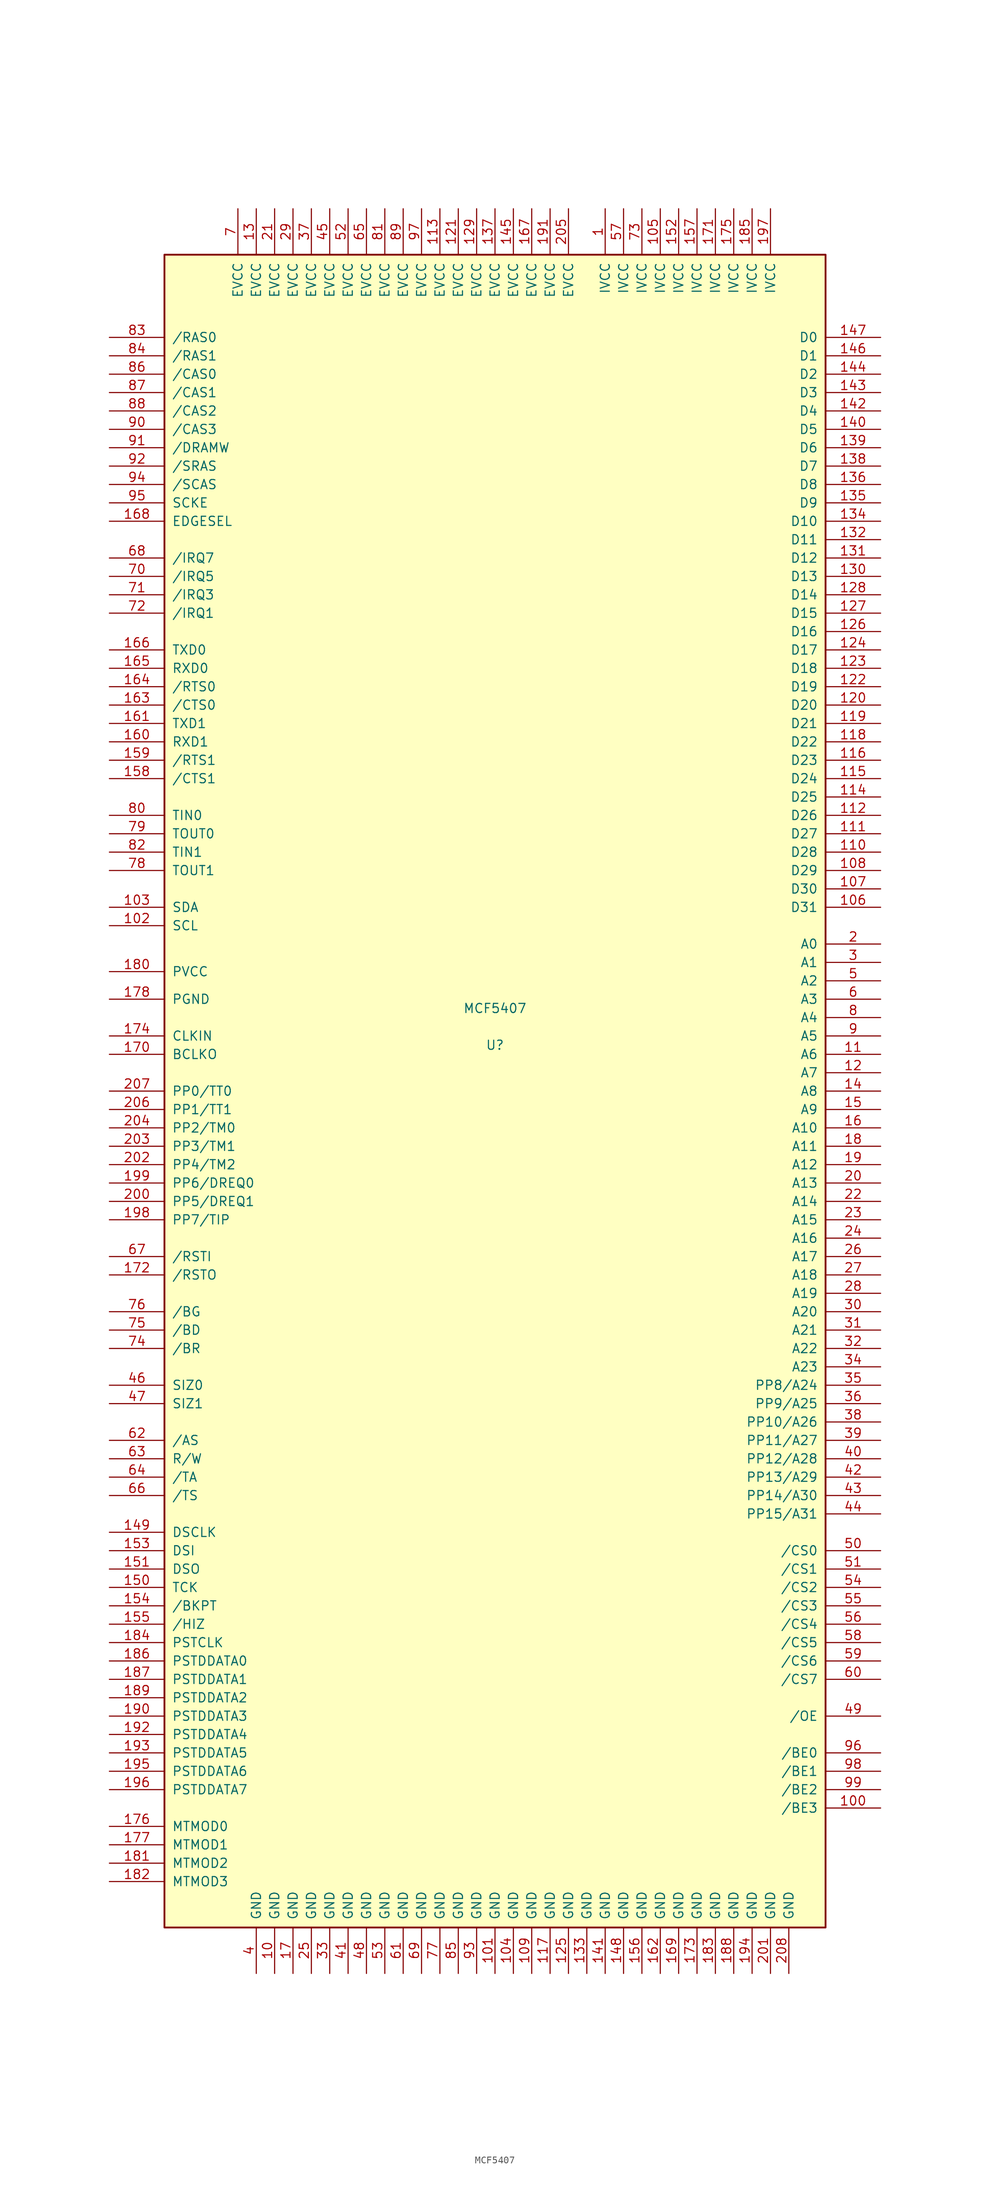
<source format=kicad_sym>
(kicad_symbol_lib
  (version 20241209)
  (generator "kicad_symbol_editor")
  (generator_version "9.0")
  (symbol "MCF5407"
    (pin_names
      (offset 1.016))
    (property "Reference" "U"
      (at 0 6.35 0)
      (effects (font (size 1.27 1.27))))
    (property "Value" "MCF5407"
      (at 0 11.43 0)
      (effects (font (size 1.27 1.27))))
    (symbol "MCF5407_0_1"
      (rectangle (start -45.72 115.57) (end 45.72 -115.57) (stroke (width 0.254) (type default)) (fill (type background))))
    (symbol "MCF5407_1_1"
      (pin output line (at -53.34 104.14 0) (length 7.62) (name "/RAS0" (effects (font (size 1.27 1.27)))) (number "83" (effects (font (size 1.27 1.27)))))
      (pin output line (at -53.34 101.6 0) (length 7.62) (name "/RAS1" (effects (font (size 1.27 1.27)))) (number "84" (effects (font (size 1.27 1.27)))))
      (pin output line (at -53.34 99.06 0) (length 7.62) (name "/CAS0" (effects (font (size 1.27 1.27)))) (number "86" (effects (font (size 1.27 1.27)))))
      (pin output line (at -53.34 96.52 0) (length 7.62) (name "/CAS1" (effects (font (size 1.27 1.27)))) (number "87" (effects (font (size 1.27 1.27)))))
      (pin output line (at -53.34 93.98 0) (length 7.62) (name "/CAS2" (effects (font (size 1.27 1.27)))) (number "88" (effects (font (size 1.27 1.27)))))
      (pin output line (at -53.34 91.44 0) (length 7.62) (name "/CAS3" (effects (font (size 1.27 1.27)))) (number "90" (effects (font (size 1.27 1.27)))))
      (pin output line (at -53.34 88.9 0) (length 7.62) (name "/DRAMW" (effects (font (size 1.27 1.27)))) (number "91" (effects (font (size 1.27 1.27)))))
      (pin output line (at -53.34 86.36 0) (length 7.62) (name "/SRAS" (effects (font (size 1.27 1.27)))) (number "92" (effects (font (size 1.27 1.27)))))
      (pin output line (at -53.34 83.82 0) (length 7.62) (name "/SCAS" (effects (font (size 1.27 1.27)))) (number "94" (effects (font (size 1.27 1.27)))))
      (pin output line (at -53.34 81.28 0) (length 7.62) (name "SCKE" (effects (font (size 1.27 1.27)))) (number "95" (effects (font (size 1.27 1.27)))))
      (pin input line (at -53.34 78.74 0) (length 7.62) (name "EDGESEL" (effects (font (size 1.27 1.27)))) (number "168" (effects (font (size 1.27 1.27)))))
      (pin input line (at -53.34 73.66 0) (length 7.62) (name "/IRQ7" (effects (font (size 1.27 1.27)))) (number "68" (effects (font (size 1.27 1.27)))))
      (pin input line (at -53.34 71.12 0) (length 7.62) (name "/IRQ5" (effects (font (size 1.27 1.27)))) (number "70" (effects (font (size 1.27 1.27)))))
      (pin input line (at -53.34 68.58 0) (length 7.62) (name "/IRQ3" (effects (font (size 1.27 1.27)))) (number "71" (effects (font (size 1.27 1.27)))))
      (pin input line (at -53.34 66.04 0) (length 7.62) (name "/IRQ1" (effects (font (size 1.27 1.27)))) (number "72" (effects (font (size 1.27 1.27)))))
      (pin output line (at -53.34 60.96 0) (length 7.62) (name "TXD0" (effects (font (size 1.27 1.27)))) (number "166" (effects (font (size 1.27 1.27)))))
      (pin input line (at -53.34 58.42 0) (length 7.62) (name "RXD0" (effects (font (size 1.27 1.27)))) (number "165" (effects (font (size 1.27 1.27)))))
      (pin output line (at -53.34 55.88 0) (length 7.62) (name "/RTS0" (effects (font (size 1.27 1.27)))) (number "164" (effects (font (size 1.27 1.27)))))
      (pin input line (at -53.34 53.34 0) (length 7.62) (name "/CTS0" (effects (font (size 1.27 1.27)))) (number "163" (effects (font (size 1.27 1.27)))))
      (pin output line (at -53.34 50.8 0) (length 7.62) (name "TXD1" (effects (font (size 1.27 1.27)))) (number "161" (effects (font (size 1.27 1.27)))))
      (pin input line (at -53.34 48.26 0) (length 7.62) (name "RXD1" (effects (font (size 1.27 1.27)))) (number "160" (effects (font (size 1.27 1.27)))))
      (pin output line (at -53.34 45.72 0) (length 7.62) (name "/RTS1" (effects (font (size 1.27 1.27)))) (number "159" (effects (font (size 1.27 1.27)))))
      (pin input line (at -53.34 43.18 0) (length 7.62) (name "/CTS1" (effects (font (size 1.27 1.27)))) (number "158" (effects (font (size 1.27 1.27)))))
      (pin input line (at -53.34 38.1 0) (length 7.62) (name "TIN0" (effects (font (size 1.27 1.27)))) (number "80" (effects (font (size 1.27 1.27)))))
      (pin output line (at -53.34 35.56 0) (length 7.62) (name "TOUT0" (effects (font (size 1.27 1.27)))) (number "79" (effects (font (size 1.27 1.27)))))
      (pin input line (at -53.34 33.02 0) (length 7.62) (name "TIN1" (effects (font (size 1.27 1.27)))) (number "82" (effects (font (size 1.27 1.27)))))
      (pin output line (at -53.34 30.48 0) (length 7.62) (name "TOUT1" (effects (font (size 1.27 1.27)))) (number "78" (effects (font (size 1.27 1.27)))))
      (pin bidirectional line (at -53.34 25.4 0) (length 7.62) (name "SDA" (effects (font (size 1.27 1.27)))) (number "103" (effects (font (size 1.27 1.27)))))
      (pin bidirectional line (at -53.34 22.86 0) (length 7.62) (name "SCL" (effects (font (size 1.27 1.27)))) (number "102" (effects (font (size 1.27 1.27)))))
      (pin passive line (at -53.34 16.51 0) (length 7.62) (name "PVCC" (effects (font (size 1.27 1.27)))) (number "180" (effects (font (size 1.27 1.27)))))
      (pin passive line (at -53.34 12.7 0) (length 7.62) (name "PGND" (effects (font (size 1.27 1.27)))) (number "178" (effects (font (size 1.27 1.27)))))
      (pin output line (at -53.34 7.62 0) (length 7.62) (name "CLKIN" (effects (font (size 1.27 1.27)))) (number "174" (effects (font (size 1.27 1.27)))))
      (pin output line (at -53.34 5.08 0) (length 7.62) (name "BCLKO" (effects (font (size 1.27 1.27)))) (number "170" (effects (font (size 1.27 1.27)))))
      (pin bidirectional line (at -53.34 0 0) (length 7.62) (name "PP0/TT0" (effects (font (size 1.27 1.27)))) (number "207" (effects (font (size 1.27 1.27)))))
      (pin bidirectional line (at -53.34 -2.54 0) (length 7.62) (name "PP1/TT1" (effects (font (size 1.27 1.27)))) (number "206" (effects (font (size 1.27 1.27)))))
      (pin bidirectional line (at -53.34 -5.08 0) (length 7.62) (name "PP2/TM0" (effects (font (size 1.27 1.27)))) (number "204" (effects (font (size 1.27 1.27)))))
      (pin bidirectional line (at -53.34 -7.62 0) (length 7.62) (name "PP3/TM1" (effects (font (size 1.27 1.27)))) (number "203" (effects (font (size 1.27 1.27)))))
      (pin bidirectional line (at -53.34 -10.16 0) (length 7.62) (name "PP4/TM2" (effects (font (size 1.27 1.27)))) (number "202" (effects (font (size 1.27 1.27)))))
      (pin bidirectional line (at -53.34 -12.7 0) (length 7.62) (name "PP6/DREQ0" (effects (font (size 1.27 1.27)))) (number "199" (effects (font (size 1.27 1.27)))))
      (pin bidirectional line (at -53.34 -15.24 0) (length 7.62) (name "PP5/DREQ1" (effects (font (size 1.27 1.27)))) (number "200" (effects (font (size 1.27 1.27)))))
      (pin bidirectional line (at -53.34 -17.78 0) (length 7.62) (name "PP7/TIP" (effects (font (size 1.27 1.27)))) (number "198" (effects (font (size 1.27 1.27)))))
      (pin input line (at -53.34 -22.86 0) (length 7.62) (name "/RSTI" (effects (font (size 1.27 1.27)))) (number "67" (effects (font (size 1.27 1.27)))))
      (pin output line (at -53.34 -25.4 0) (length 7.62) (name "/RSTO" (effects (font (size 1.27 1.27)))) (number "172" (effects (font (size 1.27 1.27)))))
      (pin input line (at -53.34 -30.48 0) (length 7.62) (name "/BG" (effects (font (size 1.27 1.27)))) (number "76" (effects (font (size 1.27 1.27)))))
      (pin output line (at -53.34 -33.02 0) (length 7.62) (name "/BD" (effects (font (size 1.27 1.27)))) (number "75" (effects (font (size 1.27 1.27)))))
      (pin output line (at -53.34 -35.56 0) (length 7.62) (name "/BR" (effects (font (size 1.27 1.27)))) (number "74" (effects (font (size 1.27 1.27)))))
      (pin bidirectional line (at -53.34 -40.64 0) (length 7.62) (name "SIZ0" (effects (font (size 1.27 1.27)))) (number "46" (effects (font (size 1.27 1.27)))))
      (pin bidirectional line (at -53.34 -43.18 0) (length 7.62) (name "SIZ1" (effects (font (size 1.27 1.27)))) (number "47" (effects (font (size 1.27 1.27)))))
      (pin bidirectional line (at -53.34 -48.26 0) (length 7.62) (name "/AS" (effects (font (size 1.27 1.27)))) (number "62" (effects (font (size 1.27 1.27)))))
      (pin bidirectional line (at -53.34 -50.8 0) (length 7.62) (name "R/W" (effects (font (size 1.27 1.27)))) (number "63" (effects (font (size 1.27 1.27)))))
      (pin bidirectional line (at -53.34 -53.34 0) (length 7.62) (name "/TA" (effects (font (size 1.27 1.27)))) (number "64" (effects (font (size 1.27 1.27)))))
      (pin bidirectional line (at -53.34 -55.88 0) (length 7.62) (name "/TS" (effects (font (size 1.27 1.27)))) (number "66" (effects (font (size 1.27 1.27)))))
      (pin input line (at -53.34 -60.96 0) (length 7.62) (name "DSCLK" (effects (font (size 1.27 1.27)))) (number "149" (effects (font (size 1.27 1.27)))))
      (pin input line (at -53.34 -63.5 0) (length 7.62) (name "DSI" (effects (font (size 1.27 1.27)))) (number "153" (effects (font (size 1.27 1.27)))))
      (pin output line (at -53.34 -66.04 0) (length 7.62) (name "DSO" (effects (font (size 1.27 1.27)))) (number "151" (effects (font (size 1.27 1.27)))))
      (pin input line (at -53.34 -68.58 0) (length 7.62) (name "TCK" (effects (font (size 1.27 1.27)))) (number "150" (effects (font (size 1.27 1.27)))))
      (pin input line (at -53.34 -71.12 0) (length 7.62) (name "/BKPT" (effects (font (size 1.27 1.27)))) (number "154" (effects (font (size 1.27 1.27)))))
      (pin input line (at -53.34 -73.66 0) (length 7.62) (name "/HIZ" (effects (font (size 1.27 1.27)))) (number "155" (effects (font (size 1.27 1.27)))))
      (pin output line (at -53.34 -76.2 0) (length 7.62) (name "PSTCLK" (effects (font (size 1.27 1.27)))) (number "184" (effects (font (size 1.27 1.27)))))
      (pin output line (at -53.34 -78.74 0) (length 7.62) (name "PSTDDATA0" (effects (font (size 1.27 1.27)))) (number "186" (effects (font (size 1.27 1.27)))))
      (pin output line (at -53.34 -81.28 0) (length 7.62) (name "PSTDDATA1" (effects (font (size 1.27 1.27)))) (number "187" (effects (font (size 1.27 1.27)))))
      (pin output line (at -53.34 -83.82 0) (length 7.62) (name "PSTDDATA2" (effects (font (size 1.27 1.27)))) (number "189" (effects (font (size 1.27 1.27)))))
      (pin output line (at -53.34 -86.36 0) (length 7.62) (name "PSTDDATA3" (effects (font (size 1.27 1.27)))) (number "190" (effects (font (size 1.27 1.27)))))
      (pin output line (at -53.34 -88.9 0) (length 7.62) (name "PSTDDATA4" (effects (font (size 1.27 1.27)))) (number "192" (effects (font (size 1.27 1.27)))))
      (pin output line (at -53.34 -91.44 0) (length 7.62) (name "PSTDDATA5" (effects (font (size 1.27 1.27)))) (number "193" (effects (font (size 1.27 1.27)))))
      (pin output line (at -53.34 -93.98 0) (length 7.62) (name "PSTDDATA6" (effects (font (size 1.27 1.27)))) (number "195" (effects (font (size 1.27 1.27)))))
      (pin output line (at -53.34 -96.52 0) (length 7.62) (name "PSTDDATA7" (effects (font (size 1.27 1.27)))) (number "196" (effects (font (size 1.27 1.27)))))
      (pin input line (at -53.34 -101.6 0) (length 7.62) (name "MTMOD0" (effects (font (size 1.27 1.27)))) (number "176" (effects (font (size 1.27 1.27)))))
      (pin input line (at -53.34 -104.14 0) (length 7.62) (name "MTMOD1" (effects (font (size 1.27 1.27)))) (number "177" (effects (font (size 1.27 1.27)))))
      (pin input line (at -53.34 -106.68 0) (length 7.62) (name "MTMOD2" (effects (font (size 1.27 1.27)))) (number "181" (effects (font (size 1.27 1.27)))))
      (pin input line (at -53.34 -109.22 0) (length 7.62) (name "MTMOD3" (effects (font (size 1.27 1.27)))) (number "182" (effects (font (size 1.27 1.27)))))
      (pin power_in line (at -35.56 121.92 270) (length 6.35) (name "EVCC" (effects (font (size 1.27 1.27)))) (number "7" (effects (font (size 1.27 1.27)))))
      (pin power_in line (at -33.02 121.92 270) (length 6.35) (name "EVCC" (effects (font (size 1.27 1.27)))) (number "13" (effects (font (size 1.27 1.27)))))
      (pin power_in line (at -33.02 -121.92 90) (length 6.35) (name "GND" (effects (font (size 1.27 1.27)))) (number "4" (effects (font (size 1.27 1.27)))))
      (pin power_in line (at -30.48 121.92 270) (length 6.35) (name "EVCC" (effects (font (size 1.27 1.27)))) (number "21" (effects (font (size 1.27 1.27)))))
      (pin power_in line (at -30.48 -121.92 90) (length 6.35) (name "GND" (effects (font (size 1.27 1.27)))) (number "10" (effects (font (size 1.27 1.27)))))
      (pin power_in line (at -27.94 121.92 270) (length 6.35) (name "EVCC" (effects (font (size 1.27 1.27)))) (number "29" (effects (font (size 1.27 1.27)))))
      (pin power_in line (at -27.94 -121.92 90) (length 6.35) (name "GND" (effects (font (size 1.27 1.27)))) (number "17" (effects (font (size 1.27 1.27)))))
      (pin power_in line (at -25.4 121.92 270) (length 6.35) (name "EVCC" (effects (font (size 1.27 1.27)))) (number "37" (effects (font (size 1.27 1.27)))))
      (pin power_in line (at -25.4 -121.92 90) (length 6.35) (name "GND" (effects (font (size 1.27 1.27)))) (number "25" (effects (font (size 1.27 1.27)))))
      (pin power_in line (at -22.86 121.92 270) (length 6.35) (name "EVCC" (effects (font (size 1.27 1.27)))) (number "45" (effects (font (size 1.27 1.27)))))
      (pin power_in line (at -22.86 -121.92 90) (length 6.35) (name "GND" (effects (font (size 1.27 1.27)))) (number "33" (effects (font (size 1.27 1.27)))))
      (pin power_in line (at -20.32 121.92 270) (length 6.35) (name "EVCC" (effects (font (size 1.27 1.27)))) (number "52" (effects (font (size 1.27 1.27)))))
      (pin power_in line (at -20.32 -121.92 90) (length 6.35) (name "GND" (effects (font (size 1.27 1.27)))) (number "41" (effects (font (size 1.27 1.27)))))
      (pin power_in line (at -17.78 121.92 270) (length 6.35) (name "EVCC" (effects (font (size 1.27 1.27)))) (number "65" (effects (font (size 1.27 1.27)))))
      (pin power_in line (at -17.78 -121.92 90) (length 6.35) (name "GND" (effects (font (size 1.27 1.27)))) (number "48" (effects (font (size 1.27 1.27)))))
      (pin power_in line (at -15.24 121.92 270) (length 6.35) (name "EVCC" (effects (font (size 1.27 1.27)))) (number "81" (effects (font (size 1.27 1.27)))))
      (pin power_in line (at -15.24 -121.92 90) (length 6.35) (name "GND" (effects (font (size 1.27 1.27)))) (number "53" (effects (font (size 1.27 1.27)))))
      (pin power_in line (at -12.7 121.92 270) (length 6.35) (name "EVCC" (effects (font (size 1.27 1.27)))) (number "89" (effects (font (size 1.27 1.27)))))
      (pin power_in line (at -12.7 -121.92 90) (length 6.35) (name "GND" (effects (font (size 1.27 1.27)))) (number "61" (effects (font (size 1.27 1.27)))))
      (pin power_in line (at -10.16 121.92 270) (length 6.35) (name "EVCC" (effects (font (size 1.27 1.27)))) (number "97" (effects (font (size 1.27 1.27)))))
      (pin power_in line (at -10.16 -121.92 90) (length 6.35) (name "GND" (effects (font (size 1.27 1.27)))) (number "69" (effects (font (size 1.27 1.27)))))
      (pin power_in line (at -7.62 121.92 270) (length 6.35) (name "EVCC" (effects (font (size 1.27 1.27)))) (number "113" (effects (font (size 1.27 1.27)))))
      (pin power_in line (at -7.62 -121.92 90) (length 6.35) (name "GND" (effects (font (size 1.27 1.27)))) (number "77" (effects (font (size 1.27 1.27)))))
      (pin power_in line (at -5.08 121.92 270) (length 6.35) (name "EVCC" (effects (font (size 1.27 1.27)))) (number "121" (effects (font (size 1.27 1.27)))))
      (pin power_in line (at -5.08 -121.92 90) (length 6.35) (name "GND" (effects (font (size 1.27 1.27)))) (number "85" (effects (font (size 1.27 1.27)))))
      (pin power_in line (at -2.54 121.92 270) (length 6.35) (name "EVCC" (effects (font (size 1.27 1.27)))) (number "129" (effects (font (size 1.27 1.27)))))
      (pin power_in line (at -2.54 -121.92 90) (length 6.35) (name "GND" (effects (font (size 1.27 1.27)))) (number "93" (effects (font (size 1.27 1.27)))))
      (pin power_in line (at 0 121.92 270) (length 6.35) (name "EVCC" (effects (font (size 1.27 1.27)))) (number "137" (effects (font (size 1.27 1.27)))))
      (pin power_in line (at 0 -121.92 90) (length 6.35) (name "GND" (effects (font (size 1.27 1.27)))) (number "101" (effects (font (size 1.27 1.27)))))
      (pin power_in line (at 2.54 121.92 270) (length 6.35) (name "EVCC" (effects (font (size 1.27 1.27)))) (number "145" (effects (font (size 1.27 1.27)))))
      (pin power_in line (at 2.54 -121.92 90) (length 6.35) (name "GND" (effects (font (size 1.27 1.27)))) (number "104" (effects (font (size 1.27 1.27)))))
      (pin power_in line (at 5.08 121.92 270) (length 6.35) (name "EVCC" (effects (font (size 1.27 1.27)))) (number "167" (effects (font (size 1.27 1.27)))))
      (pin power_in line (at 5.08 -121.92 90) (length 6.35) (name "GND" (effects (font (size 1.27 1.27)))) (number "109" (effects (font (size 1.27 1.27)))))
      (pin power_in line (at 7.62 121.92 270) (length 6.35) (name "EVCC" (effects (font (size 1.27 1.27)))) (number "191" (effects (font (size 1.27 1.27)))))
      (pin power_in line (at 7.62 -121.92 90) (length 6.35) (name "GND" (effects (font (size 1.27 1.27)))) (number "117" (effects (font (size 1.27 1.27)))))
      (pin power_in line (at 10.16 121.92 270) (length 6.35) (name "EVCC" (effects (font (size 1.27 1.27)))) (number "205" (effects (font (size 1.27 1.27)))))
      (pin power_in line (at 10.16 -121.92 90) (length 6.35) (name "GND" (effects (font (size 1.27 1.27)))) (number "125" (effects (font (size 1.27 1.27)))))
      (pin power_in line (at 12.7 -121.92 90) (length 6.35) (name "GND" (effects (font (size 1.27 1.27)))) (number "133" (effects (font (size 1.27 1.27)))))
      (pin power_in line (at 15.24 121.92 270) (length 6.35) (name "IVCC" (effects (font (size 1.27 1.27)))) (number "1" (effects (font (size 1.27 1.27)))))
      (pin power_in line (at 15.24 -121.92 90) (length 6.35) (name "GND" (effects (font (size 1.27 1.27)))) (number "141" (effects (font (size 1.27 1.27)))))
      (pin power_in line (at 17.78 121.92 270) (length 6.35) (name "IVCC" (effects (font (size 1.27 1.27)))) (number "57" (effects (font (size 1.27 1.27)))))
      (pin power_in line (at 17.78 -121.92 90) (length 6.35) (name "GND" (effects (font (size 1.27 1.27)))) (number "148" (effects (font (size 1.27 1.27)))))
      (pin power_in line (at 20.32 121.92 270) (length 6.35) (name "IVCC" (effects (font (size 1.27 1.27)))) (number "73" (effects (font (size 1.27 1.27)))))
      (pin power_in line (at 20.32 -121.92 90) (length 6.35) (name "GND" (effects (font (size 1.27 1.27)))) (number "156" (effects (font (size 1.27 1.27)))))
      (pin power_in line (at 22.86 121.92 270) (length 6.35) (name "IVCC" (effects (font (size 1.27 1.27)))) (number "105" (effects (font (size 1.27 1.27)))))
      (pin power_in line (at 22.86 -121.92 90) (length 6.35) (name "GND" (effects (font (size 1.27 1.27)))) (number "162" (effects (font (size 1.27 1.27)))))
      (pin power_in line (at 25.4 121.92 270) (length 6.35) (name "IVCC" (effects (font (size 1.27 1.27)))) (number "152" (effects (font (size 1.27 1.27)))))
      (pin power_in line (at 25.4 -121.92 90) (length 6.35) (name "GND" (effects (font (size 1.27 1.27)))) (number "169" (effects (font (size 1.27 1.27)))))
      (pin power_in line (at 27.94 121.92 270) (length 6.35) (name "IVCC" (effects (font (size 1.27 1.27)))) (number "157" (effects (font (size 1.27 1.27)))))
      (pin power_in line (at 27.94 -121.92 90) (length 6.35) (name "GND" (effects (font (size 1.27 1.27)))) (number "173" (effects (font (size 1.27 1.27)))))
      (pin power_in line (at 30.48 121.92 270) (length 6.35) (name "IVCC" (effects (font (size 1.27 1.27)))) (number "171" (effects (font (size 1.27 1.27)))))
      (pin power_in line (at 30.48 -121.92 90) (length 6.35) (name "GND" (effects (font (size 1.27 1.27)))) (number "183" (effects (font (size 1.27 1.27)))))
      (pin power_in line (at 33.02 121.92 270) (length 6.35) (name "IVCC" (effects (font (size 1.27 1.27)))) (number "175" (effects (font (size 1.27 1.27)))))
      (pin power_in line (at 33.02 -121.92 90) (length 6.35) (name "GND" (effects (font (size 1.27 1.27)))) (number "188" (effects (font (size 1.27 1.27)))))
      (pin power_in line (at 35.56 121.92 270) (length 6.35) (name "IVCC" (effects (font (size 1.27 1.27)))) (number "185" (effects (font (size 1.27 1.27)))))
      (pin power_in line (at 35.56 -121.92 90) (length 6.35) (name "GND" (effects (font (size 1.27 1.27)))) (number "194" (effects (font (size 1.27 1.27)))))
      (pin power_in line (at 38.1 121.92 270) (length 6.35) (name "IVCC" (effects (font (size 1.27 1.27)))) (number "197" (effects (font (size 1.27 1.27)))))
      (pin power_in line (at 38.1 -121.92 90) (length 6.35) (name "GND" (effects (font (size 1.27 1.27)))) (number "201" (effects (font (size 1.27 1.27)))))
      (pin power_in line (at 40.64 -121.92 90) (length 6.35) (name "GND" (effects (font (size 1.27 1.27)))) (number "208" (effects (font (size 1.27 1.27)))))
      (pin bidirectional line (at 53.34 104.14 180) (length 7.62) (name "D0" (effects (font (size 1.27 1.27)))) (number "147" (effects (font (size 1.27 1.27)))))
      (pin bidirectional line (at 53.34 101.6 180) (length 7.62) (name "D1" (effects (font (size 1.27 1.27)))) (number "146" (effects (font (size 1.27 1.27)))))
      (pin bidirectional line (at 53.34 99.06 180) (length 7.62) (name "D2" (effects (font (size 1.27 1.27)))) (number "144" (effects (font (size 1.27 1.27)))))
      (pin bidirectional line (at 53.34 96.52 180) (length 7.62) (name "D3" (effects (font (size 1.27 1.27)))) (number "143" (effects (font (size 1.27 1.27)))))
      (pin bidirectional line (at 53.34 93.98 180) (length 7.62) (name "D4" (effects (font (size 1.27 1.27)))) (number "142" (effects (font (size 1.27 1.27)))))
      (pin bidirectional line (at 53.34 91.44 180) (length 7.62) (name "D5" (effects (font (size 1.27 1.27)))) (number "140" (effects (font (size 1.27 1.27)))))
      (pin bidirectional line (at 53.34 88.9 180) (length 7.62) (name "D6" (effects (font (size 1.27 1.27)))) (number "139" (effects (font (size 1.27 1.27)))))
      (pin bidirectional line (at 53.34 86.36 180) (length 7.62) (name "D7" (effects (font (size 1.27 1.27)))) (number "138" (effects (font (size 1.27 1.27)))))
      (pin bidirectional line (at 53.34 83.82 180) (length 7.62) (name "D8" (effects (font (size 1.27 1.27)))) (number "136" (effects (font (size 1.27 1.27)))))
      (pin bidirectional line (at 53.34 81.28 180) (length 7.62) (name "D9" (effects (font (size 1.27 1.27)))) (number "135" (effects (font (size 1.27 1.27)))))
      (pin bidirectional line (at 53.34 78.74 180) (length 7.62) (name "D10" (effects (font (size 1.27 1.27)))) (number "134" (effects (font (size 1.27 1.27)))))
      (pin bidirectional line (at 53.34 76.2 180) (length 7.62) (name "D11" (effects (font (size 1.27 1.27)))) (number "132" (effects (font (size 1.27 1.27)))))
      (pin bidirectional line (at 53.34 73.66 180) (length 7.62) (name "D12" (effects (font (size 1.27 1.27)))) (number "131" (effects (font (size 1.27 1.27)))))
      (pin bidirectional line (at 53.34 71.12 180) (length 7.62) (name "D13" (effects (font (size 1.27 1.27)))) (number "130" (effects (font (size 1.27 1.27)))))
      (pin bidirectional line (at 53.34 68.58 180) (length 7.62) (name "D14" (effects (font (size 1.27 1.27)))) (number "128" (effects (font (size 1.27 1.27)))))
      (pin bidirectional line (at 53.34 66.04 180) (length 7.62) (name "D15" (effects (font (size 1.27 1.27)))) (number "127" (effects (font (size 1.27 1.27)))))
      (pin bidirectional line (at 53.34 63.5 180) (length 7.62) (name "D16" (effects (font (size 1.27 1.27)))) (number "126" (effects (font (size 1.27 1.27)))))
      (pin bidirectional line (at 53.34 60.96 180) (length 7.62) (name "D17" (effects (font (size 1.27 1.27)))) (number "124" (effects (font (size 1.27 1.27)))))
      (pin bidirectional line (at 53.34 58.42 180) (length 7.62) (name "D18" (effects (font (size 1.27 1.27)))) (number "123" (effects (font (size 1.27 1.27)))))
      (pin bidirectional line (at 53.34 55.88 180) (length 7.62) (name "D19" (effects (font (size 1.27 1.27)))) (number "122" (effects (font (size 1.27 1.27)))))
      (pin bidirectional line (at 53.34 53.34 180) (length 7.62) (name "D20" (effects (font (size 1.27 1.27)))) (number "120" (effects (font (size 1.27 1.27)))))
      (pin bidirectional line (at 53.34 50.8 180) (length 7.62) (name "D21" (effects (font (size 1.27 1.27)))) (number "119" (effects (font (size 1.27 1.27)))))
      (pin bidirectional line (at 53.34 48.26 180) (length 7.62) (name "D22" (effects (font (size 1.27 1.27)))) (number "118" (effects (font (size 1.27 1.27)))))
      (pin bidirectional line (at 53.34 45.72 180) (length 7.62) (name "D23" (effects (font (size 1.27 1.27)))) (number "116" (effects (font (size 1.27 1.27)))))
      (pin bidirectional line (at 53.34 43.18 180) (length 7.62) (name "D24" (effects (font (size 1.27 1.27)))) (number "115" (effects (font (size 1.27 1.27)))))
      (pin bidirectional line (at 53.34 40.64 180) (length 7.62) (name "D25" (effects (font (size 1.27 1.27)))) (number "114" (effects (font (size 1.27 1.27)))))
      (pin bidirectional line (at 53.34 38.1 180) (length 7.62) (name "D26" (effects (font (size 1.27 1.27)))) (number "112" (effects (font (size 1.27 1.27)))))
      (pin bidirectional line (at 53.34 35.56 180) (length 7.62) (name "D27" (effects (font (size 1.27 1.27)))) (number "111" (effects (font (size 1.27 1.27)))))
      (pin bidirectional line (at 53.34 33.02 180) (length 7.62) (name "D28" (effects (font (size 1.27 1.27)))) (number "110" (effects (font (size 1.27 1.27)))))
      (pin bidirectional line (at 53.34 30.48 180) (length 7.62) (name "D29" (effects (font (size 1.27 1.27)))) (number "108" (effects (font (size 1.27 1.27)))))
      (pin bidirectional line (at 53.34 27.94 180) (length 7.62) (name "D30" (effects (font (size 1.27 1.27)))) (number "107" (effects (font (size 1.27 1.27)))))
      (pin bidirectional line (at 53.34 25.4 180) (length 7.62) (name "D31" (effects (font (size 1.27 1.27)))) (number "106" (effects (font (size 1.27 1.27)))))
      (pin bidirectional line (at 53.34 20.32 180) (length 7.62) (name "A0" (effects (font (size 1.27 1.27)))) (number "2" (effects (font (size 1.27 1.27)))))
      (pin bidirectional line (at 53.34 17.78 180) (length 7.62) (name "A1" (effects (font (size 1.27 1.27)))) (number "3" (effects (font (size 1.27 1.27)))))
      (pin bidirectional line (at 53.34 15.24 180) (length 7.62) (name "A2" (effects (font (size 1.27 1.27)))) (number "5" (effects (font (size 1.27 1.27)))))
      (pin bidirectional line (at 53.34 12.7 180) (length 7.62) (name "A3" (effects (font (size 1.27 1.27)))) (number "6" (effects (font (size 1.27 1.27)))))
      (pin bidirectional line (at 53.34 10.16 180) (length 7.62) (name "A4" (effects (font (size 1.27 1.27)))) (number "8" (effects (font (size 1.27 1.27)))))
      (pin bidirectional line (at 53.34 7.62 180) (length 7.62) (name "A5" (effects (font (size 1.27 1.27)))) (number "9" (effects (font (size 1.27 1.27)))))
      (pin bidirectional line (at 53.34 5.08 180) (length 7.62) (name "A6" (effects (font (size 1.27 1.27)))) (number "11" (effects (font (size 1.27 1.27)))))
      (pin bidirectional line (at 53.34 2.54 180) (length 7.62) (name "A7" (effects (font (size 1.27 1.27)))) (number "12" (effects (font (size 1.27 1.27)))))
      (pin bidirectional line (at 53.34 0 180) (length 7.62) (name "A8" (effects (font (size 1.27 1.27)))) (number "14" (effects (font (size 1.27 1.27)))))
      (pin bidirectional line (at 53.34 -2.54 180) (length 7.62) (name "A9" (effects (font (size 1.27 1.27)))) (number "15" (effects (font (size 1.27 1.27)))))
      (pin bidirectional line (at 53.34 -5.08 180) (length 7.62) (name "A10" (effects (font (size 1.27 1.27)))) (number "16" (effects (font (size 1.27 1.27)))))
      (pin bidirectional line (at 53.34 -7.62 180) (length 7.62) (name "A11" (effects (font (size 1.27 1.27)))) (number "18" (effects (font (size 1.27 1.27)))))
      (pin bidirectional line (at 53.34 -10.16 180) (length 7.62) (name "A12" (effects (font (size 1.27 1.27)))) (number "19" (effects (font (size 1.27 1.27)))))
      (pin bidirectional line (at 53.34 -12.7 180) (length 7.62) (name "A13" (effects (font (size 1.27 1.27)))) (number "20" (effects (font (size 1.27 1.27)))))
      (pin bidirectional line (at 53.34 -15.24 180) (length 7.62) (name "A14" (effects (font (size 1.27 1.27)))) (number "22" (effects (font (size 1.27 1.27)))))
      (pin bidirectional line (at 53.34 -17.78 180) (length 7.62) (name "A15" (effects (font (size 1.27 1.27)))) (number "23" (effects (font (size 1.27 1.27)))))
      (pin bidirectional line (at 53.34 -20.32 180) (length 7.62) (name "A16" (effects (font (size 1.27 1.27)))) (number "24" (effects (font (size 1.27 1.27)))))
      (pin bidirectional line (at 53.34 -22.86 180) (length 7.62) (name "A17" (effects (font (size 1.27 1.27)))) (number "26" (effects (font (size 1.27 1.27)))))
      (pin bidirectional line (at 53.34 -25.4 180) (length 7.62) (name "A18" (effects (font (size 1.27 1.27)))) (number "27" (effects (font (size 1.27 1.27)))))
      (pin bidirectional line (at 53.34 -27.94 180) (length 7.62) (name "A19" (effects (font (size 1.27 1.27)))) (number "28" (effects (font (size 1.27 1.27)))))
      (pin bidirectional line (at 53.34 -30.48 180) (length 7.62) (name "A20" (effects (font (size 1.27 1.27)))) (number "30" (effects (font (size 1.27 1.27)))))
      (pin bidirectional line (at 53.34 -33.02 180) (length 7.62) (name "A21" (effects (font (size 1.27 1.27)))) (number "31" (effects (font (size 1.27 1.27)))))
      (pin bidirectional line (at 53.34 -35.56 180) (length 7.62) (name "A22" (effects (font (size 1.27 1.27)))) (number "32" (effects (font (size 1.27 1.27)))))
      (pin bidirectional line (at 53.34 -38.1 180) (length 7.62) (name "A23" (effects (font (size 1.27 1.27)))) (number "34" (effects (font (size 1.27 1.27)))))
      (pin bidirectional line (at 53.34 -40.64 180) (length 7.62) (name "PP8/A24" (effects (font (size 1.27 1.27)))) (number "35" (effects (font (size 1.27 1.27)))))
      (pin bidirectional line (at 53.34 -43.18 180) (length 7.62) (name "PP9/A25" (effects (font (size 1.27 1.27)))) (number "36" (effects (font (size 1.27 1.27)))))
      (pin bidirectional line (at 53.34 -45.72 180) (length 7.62) (name "PP10/A26" (effects (font (size 1.27 1.27)))) (number "38" (effects (font (size 1.27 1.27)))))
      (pin bidirectional line (at 53.34 -48.26 180) (length 7.62) (name "PP11/A27" (effects (font (size 1.27 1.27)))) (number "39" (effects (font (size 1.27 1.27)))))
      (pin bidirectional line (at 53.34 -50.8 180) (length 7.62) (name "PP12/A28" (effects (font (size 1.27 1.27)))) (number "40" (effects (font (size 1.27 1.27)))))
      (pin bidirectional line (at 53.34 -53.34 180) (length 7.62) (name "PP13/A29" (effects (font (size 1.27 1.27)))) (number "42" (effects (font (size 1.27 1.27)))))
      (pin bidirectional line (at 53.34 -55.88 180) (length 7.62) (name "PP14/A30" (effects (font (size 1.27 1.27)))) (number "43" (effects (font (size 1.27 1.27)))))
      (pin bidirectional line (at 53.34 -58.42 180) (length 7.62) (name "PP15/A31" (effects (font (size 1.27 1.27)))) (number "44" (effects (font (size 1.27 1.27)))))
      (pin output line (at 53.34 -63.5 180) (length 7.62) (name "/CS0" (effects (font (size 1.27 1.27)))) (number "50" (effects (font (size 1.27 1.27)))))
      (pin output line (at 53.34 -66.04 180) (length 7.62) (name "/CS1" (effects (font (size 1.27 1.27)))) (number "51" (effects (font (size 1.27 1.27)))))
      (pin output line (at 53.34 -68.58 180) (length 7.62) (name "/CS2" (effects (font (size 1.27 1.27)))) (number "54" (effects (font (size 1.27 1.27)))))
      (pin output line (at 53.34 -71.12 180) (length 7.62) (name "/CS3" (effects (font (size 1.27 1.27)))) (number "55" (effects (font (size 1.27 1.27)))))
      (pin output line (at 53.34 -73.66 180) (length 7.62) (name "/CS4" (effects (font (size 1.27 1.27)))) (number "56" (effects (font (size 1.27 1.27)))))
      (pin output line (at 53.34 -76.2 180) (length 7.62) (name "/CS5" (effects (font (size 1.27 1.27)))) (number "58" (effects (font (size 1.27 1.27)))))
      (pin output line (at 53.34 -78.74 180) (length 7.62) (name "/CS6" (effects (font (size 1.27 1.27)))) (number "59" (effects (font (size 1.27 1.27)))))
      (pin output line (at 53.34 -81.28 180) (length 7.62) (name "/CS7" (effects (font (size 1.27 1.27)))) (number "60" (effects (font (size 1.27 1.27)))))
      (pin output line (at 53.34 -86.36 180) (length 7.62) (name "/OE" (effects (font (size 1.27 1.27)))) (number "49" (effects (font (size 1.27 1.27)))))
      (pin bidirectional line (at 53.34 -91.44 180) (length 7.62) (name "/BE0" (effects (font (size 1.27 1.27)))) (number "96" (effects (font (size 1.27 1.27)))))
      (pin bidirectional line (at 53.34 -93.98 180) (length 7.62) (name "/BE1" (effects (font (size 1.27 1.27)))) (number "98" (effects (font (size 1.27 1.27)))))
      (pin bidirectional line (at 53.34 -96.52 180) (length 7.62) (name "/BE2" (effects (font (size 1.27 1.27)))) (number "99" (effects (font (size 1.27 1.27)))))
      (pin bidirectional line (at 53.34 -99.06 180) (length 7.62) (name "/BE3" (effects (font (size 1.27 1.27)))) (number "100" (effects (font (size 1.27 1.27))))))))
</source>
